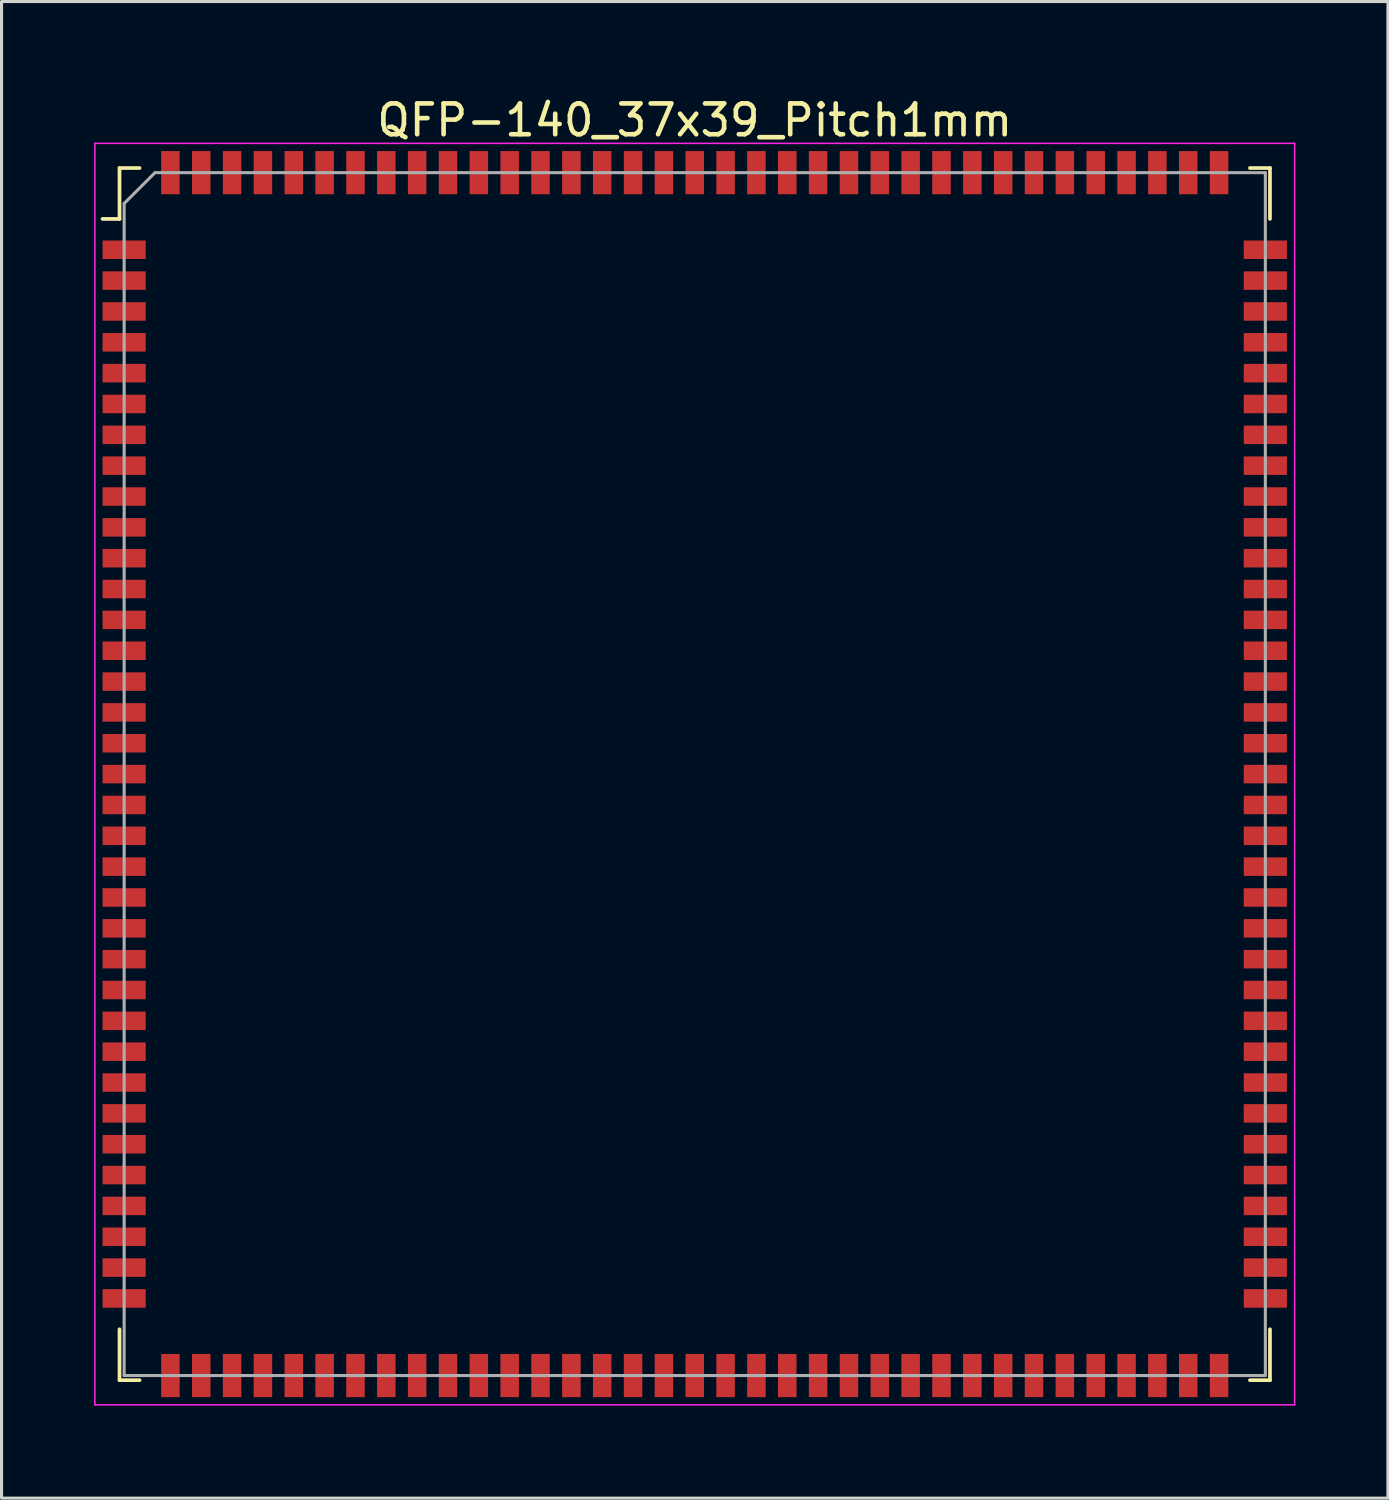
<source format=kicad_pcb>
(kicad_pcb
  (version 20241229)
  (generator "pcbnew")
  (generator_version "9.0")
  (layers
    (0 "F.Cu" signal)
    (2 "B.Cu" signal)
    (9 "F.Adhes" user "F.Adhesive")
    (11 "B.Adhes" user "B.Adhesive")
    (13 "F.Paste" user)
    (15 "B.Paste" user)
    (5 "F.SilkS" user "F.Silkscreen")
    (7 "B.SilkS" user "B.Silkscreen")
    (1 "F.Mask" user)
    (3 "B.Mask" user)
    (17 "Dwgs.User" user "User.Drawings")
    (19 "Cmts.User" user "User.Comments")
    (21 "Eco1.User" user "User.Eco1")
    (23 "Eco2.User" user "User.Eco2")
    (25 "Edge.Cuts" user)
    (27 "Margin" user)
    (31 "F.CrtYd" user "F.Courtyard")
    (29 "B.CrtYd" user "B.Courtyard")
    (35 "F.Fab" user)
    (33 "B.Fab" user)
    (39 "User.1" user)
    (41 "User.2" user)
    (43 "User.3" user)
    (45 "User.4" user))
  (footprint "QFP-140_37x39_Pitch1mm"
    (layer "F.Cu")
    (at 19.475 22.048)
    (property "Reference" "QFP-140_37x39_Pitch1mm" (at 0 -21.2 0) (layer "F.SilkS") (effects (font (size 1 1) (thickness 0.15))))
    (attr smd)
    (fp_line (start -18.65 -19.65) (end -18.65 -18) (stroke (width 0.12) (type solid)) (layer "F.SilkS"))
    (fp_line (start -18.65 -18) (end -19.2 -18) (stroke (width 0.12) (type solid)) (layer "F.SilkS"))
    (fp_line (start -18.65 19.65) (end -18.65 18) (stroke (width 0.12) (type solid)) (layer "F.SilkS"))
    (fp_line (start -18 -19.65) (end -18.65 -19.65) (stroke (width 0.12) (type solid)) (layer "F.SilkS"))
    (fp_line (start -18 19.65) (end -18.65 19.65) (stroke (width 0.12) (type solid)) (layer "F.SilkS"))
    (fp_line (start 18 -19.65) (end 18.65 -19.65) (stroke (width 0.12) (type solid)) (layer "F.SilkS"))
    (fp_line (start 18 19.65) (end 18.65 19.65) (stroke (width 0.12) (type solid)) (layer "F.SilkS"))
    (fp_line (start 18.65 -19.65) (end 18.65 -18) (stroke (width 0.12) (type solid)) (layer "F.SilkS"))
    (fp_line (start 18.65 19.65) (end 18.65 18) (stroke (width 0.12) (type solid)) (layer "F.SilkS"))
    (fp_line (start -19.45 -20.45) (end 19.45 -20.45) (stroke (width 0.05) (type solid)) (layer "F.CrtYd"))
    (fp_line (start -19.45 20.45) (end -19.45 -20.45) (stroke (width 0.05) (type solid)) (layer "F.CrtYd"))
    (fp_line (start 19.45 -20.45) (end 19.45 20.45) (stroke (width 0.05) (type solid)) (layer "F.CrtYd"))
    (fp_line (start 19.45 20.45) (end -19.45 20.45) (stroke (width 0.05) (type solid)) (layer "F.CrtYd"))
    (fp_line (start -18.5 -18.5) (end -18.5 19.5) (stroke (width 0.1) (type solid)) (layer "F.Fab"))
    (fp_line (start -18.5 19.5) (end 18.5 19.5) (stroke (width 0.1) (type solid)) (layer "F.Fab"))
    (fp_line (start -17.5 -19.5) (end -18.5 -18.5) (stroke (width 0.1) (type solid)) (layer "F.Fab"))
    (fp_line (start 18.5 -19.5) (end -17.5 -19.5) (stroke (width 0.1) (type solid)) (layer "F.Fab"))
    (fp_line (start 18.5 19.5) (end 18.5 -19.5) (stroke (width 0.1) (type solid)) (layer "F.Fab"))
    (pad "1" smd rect (at -18.5 -17 90) (size 0.6 1.4) (layers "F.Cu" "F.Mask" "F.Paste"))
    (pad "2" smd rect (at -18.5 -16 90) (size 0.6 1.4) (layers "F.Cu" "F.Mask" "F.Paste"))
    (pad "3" smd rect (at -18.5 -15 90) (size 0.6 1.4) (layers "F.Cu" "F.Mask" "F.Paste"))
    (pad "4" smd rect (at -18.5 -14 90) (size 0.6 1.4) (layers "F.Cu" "F.Mask" "F.Paste"))
    (pad "5" smd rect (at -18.5 -13 90) (size 0.6 1.4) (layers "F.Cu" "F.Mask" "F.Paste"))
    (pad "6" smd rect (at -18.5 -12 90) (size 0.6 1.4) (layers "F.Cu" "F.Mask" "F.Paste"))
    (pad "7" smd rect (at -18.5 -11 90) (size 0.6 1.4) (layers "F.Cu" "F.Mask" "F.Paste"))
    (pad "8" smd rect (at -18.5 -10 90) (size 0.6 1.4) (layers "F.Cu" "F.Mask" "F.Paste"))
    (pad "9" smd rect (at -18.5 -9 90) (size 0.6 1.4) (layers "F.Cu" "F.Mask" "F.Paste"))
    (pad "10" smd rect (at -18.5 -8 90) (size 0.6 1.4) (layers "F.Cu" "F.Mask" "F.Paste"))
    (pad "11" smd rect (at -18.5 -7 90) (size 0.6 1.4) (layers "F.Cu" "F.Mask" "F.Paste"))
    (pad "12" smd rect (at -18.5 -6 90) (size 0.6 1.4) (layers "F.Cu" "F.Mask" "F.Paste"))
    (pad "13" smd rect (at -18.5 -5 90) (size 0.6 1.4) (layers "F.Cu" "F.Mask" "F.Paste"))
    (pad "14" smd rect (at -18.5 -4 90) (size 0.6 1.4) (layers "F.Cu" "F.Mask" "F.Paste"))
    (pad "15" smd rect (at -18.5 -3 90) (size 0.6 1.4) (layers "F.Cu" "F.Mask" "F.Paste"))
    (pad "16" smd rect (at -18.5 -2 90) (size 0.6 1.4) (layers "F.Cu" "F.Mask" "F.Paste"))
    (pad "17" smd rect (at -18.5 -1 90) (size 0.6 1.4) (layers "F.Cu" "F.Mask" "F.Paste"))
    (pad "18" smd rect (at -18.5 0 90) (size 0.6 1.4) (layers "F.Cu" "F.Mask" "F.Paste"))
    (pad "19" smd rect (at -18.5 1 90) (size 0.6 1.4) (layers "F.Cu" "F.Mask" "F.Paste"))
    (pad "20" smd rect (at -18.5 2 90) (size 0.6 1.4) (layers "F.Cu" "F.Mask" "F.Paste"))
    (pad "21" smd rect (at -18.5 3 90) (size 0.6 1.4) (layers "F.Cu" "F.Mask" "F.Paste"))
    (pad "22" smd rect (at -18.5 4 90) (size 0.6 1.4) (layers "F.Cu" "F.Mask" "F.Paste"))
    (pad "23" smd rect (at -18.5 5 90) (size 0.6 1.4) (layers "F.Cu" "F.Mask" "F.Paste"))
    (pad "24" smd rect (at -18.5 6 90) (size 0.6 1.4) (layers "F.Cu" "F.Mask" "F.Paste"))
    (pad "25" smd rect (at -18.5 7 90) (size 0.6 1.4) (layers "F.Cu" "F.Mask" "F.Paste"))
    (pad "26" smd rect (at -18.5 8 90) (size 0.6 1.4) (layers "F.Cu" "F.Mask" "F.Paste"))
    (pad "27" smd rect (at -18.5 9 90) (size 0.6 1.4) (layers "F.Cu" "F.Mask" "F.Paste"))
    (pad "28" smd rect (at -18.5 10 90) (size 0.6 1.4) (layers "F.Cu" "F.Mask" "F.Paste"))
    (pad "29" smd rect (at -18.5 11 90) (size 0.6 1.4) (layers "F.Cu" "F.Mask" "F.Paste"))
    (pad "30" smd rect (at -18.5 12 90) (size 0.6 1.4) (layers "F.Cu" "F.Mask" "F.Paste"))
    (pad "31" smd rect (at -18.5 13 90) (size 0.6 1.4) (layers "F.Cu" "F.Mask" "F.Paste"))
    (pad "32" smd rect (at -18.5 14 90) (size 0.6 1.4) (layers "F.Cu" "F.Mask" "F.Paste"))
    (pad "33" smd rect (at -18.5 15 90) (size 0.6 1.4) (layers "F.Cu" "F.Mask" "F.Paste"))
    (pad "34" smd rect (at -18.5 16 90) (size 0.6 1.4) (layers "F.Cu" "F.Mask" "F.Paste"))
    (pad "35" smd rect (at -18.5 17 90) (size 0.6 1.4) (layers "F.Cu" "F.Mask" "F.Paste"))
    (pad "36" smd rect (at -17 19.5) (size 0.6 1.4) (layers "F.Cu" "F.Mask" "F.Paste"))
    (pad "37" smd rect (at -16 19.5) (size 0.6 1.4) (layers "F.Cu" "F.Mask" "F.Paste"))
    (pad "38" smd rect (at -15 19.5) (size 0.6 1.4) (layers "F.Cu" "F.Mask" "F.Paste"))
    (pad "39" smd rect (at -14 19.5) (size 0.6 1.4) (layers "F.Cu" "F.Mask" "F.Paste"))
    (pad "40" smd rect (at -13 19.5) (size 0.6 1.4) (layers "F.Cu" "F.Mask" "F.Paste"))
    (pad "41" smd rect (at -12 19.5) (size 0.6 1.4) (layers "F.Cu" "F.Mask" "F.Paste"))
    (pad "42" smd rect (at -11 19.5) (size 0.6 1.4) (layers "F.Cu" "F.Mask" "F.Paste"))
    (pad "43" smd rect (at -10 19.5) (size 0.6 1.4) (layers "F.Cu" "F.Mask" "F.Paste"))
    (pad "44" smd rect (at -9 19.5) (size 0.6 1.4) (layers "F.Cu" "F.Mask" "F.Paste"))
    (pad "45" smd rect (at -8 19.5) (size 0.6 1.4) (layers "F.Cu" "F.Mask" "F.Paste"))
    (pad "46" smd rect (at -7 19.5) (size 0.6 1.4) (layers "F.Cu" "F.Mask" "F.Paste"))
    (pad "47" smd rect (at -6 19.5) (size 0.6 1.4) (layers "F.Cu" "F.Mask" "F.Paste"))
    (pad "48" smd rect (at -5 19.5) (size 0.6 1.4) (layers "F.Cu" "F.Mask" "F.Paste"))
    (pad "49" smd rect (at -4 19.5) (size 0.6 1.4) (layers "F.Cu" "F.Mask" "F.Paste"))
    (pad "50" smd rect (at -3 19.5) (size 0.6 1.4) (layers "F.Cu" "F.Mask" "F.Paste"))
    (pad "51" smd rect (at -2 19.5) (size 0.6 1.4) (layers "F.Cu" "F.Mask" "F.Paste"))
    (pad "52" smd rect (at -1 19.5) (size 0.6 1.4) (layers "F.Cu" "F.Mask" "F.Paste"))
    (pad "53" smd rect (at 0 19.5) (size 0.6 1.4) (layers "F.Cu" "F.Mask" "F.Paste"))
    (pad "54" smd rect (at 1 19.5) (size 0.6 1.4) (layers "F.Cu" "F.Mask" "F.Paste"))
    (pad "55" smd rect (at 2 19.5) (size 0.6 1.4) (layers "F.Cu" "F.Mask" "F.Paste"))
    (pad "56" smd rect (at 3 19.5) (size 0.6 1.4) (layers "F.Cu" "F.Mask" "F.Paste"))
    (pad "57" smd rect (at 4 19.5) (size 0.6 1.4) (layers "F.Cu" "F.Mask" "F.Paste"))
    (pad "58" smd rect (at 5 19.5) (size 0.6 1.4) (layers "F.Cu" "F.Mask" "F.Paste"))
    (pad "59" smd rect (at 6 19.5) (size 0.6 1.4) (layers "F.Cu" "F.Mask" "F.Paste"))
    (pad "60" smd rect (at 7 19.5) (size 0.6 1.4) (layers "F.Cu" "F.Mask" "F.Paste"))
    (pad "61" smd rect (at 8 19.5) (size 0.6 1.4) (layers "F.Cu" "F.Mask" "F.Paste"))
    (pad "62" smd rect (at 9 19.5) (size 0.6 1.4) (layers "F.Cu" "F.Mask" "F.Paste"))
    (pad "63" smd rect (at 10 19.5) (size 0.6 1.4) (layers "F.Cu" "F.Mask" "F.Paste"))
    (pad "64" smd rect (at 11 19.5) (size 0.6 1.4) (layers "F.Cu" "F.Mask" "F.Paste"))
    (pad "65" smd rect (at 12 19.5) (size 0.6 1.4) (layers "F.Cu" "F.Mask" "F.Paste"))
    (pad "66" smd rect (at 13 19.5) (size 0.6 1.4) (layers "F.Cu" "F.Mask" "F.Paste"))
    (pad "67" smd rect (at 14 19.5) (size 0.6 1.4) (layers "F.Cu" "F.Mask" "F.Paste"))
    (pad "68" smd rect (at 15 19.5) (size 0.6 1.4) (layers "F.Cu" "F.Mask" "F.Paste"))
    (pad "69" smd rect (at 16 19.5) (size 0.6 1.4) (layers "F.Cu" "F.Mask" "F.Paste"))
    (pad "70" smd rect (at 17 19.5) (size 0.6 1.4) (layers "F.Cu" "F.Mask" "F.Paste"))
    (pad "71" smd rect (at 18.5 17 90) (size 0.6 1.4) (layers "F.Cu" "F.Mask" "F.Paste"))
    (pad "72" smd rect (at 18.5 16 90) (size 0.6 1.4) (layers "F.Cu" "F.Mask" "F.Paste"))
    (pad "73" smd rect (at 18.5 15 90) (size 0.6 1.4) (layers "F.Cu" "F.Mask" "F.Paste"))
    (pad "74" smd rect (at 18.5 14 90) (size 0.6 1.4) (layers "F.Cu" "F.Mask" "F.Paste"))
    (pad "75" smd rect (at 18.5 13 90) (size 0.6 1.4) (layers "F.Cu" "F.Mask" "F.Paste"))
    (pad "76" smd rect (at 18.5 12 90) (size 0.6 1.4) (layers "F.Cu" "F.Mask" "F.Paste"))
    (pad "77" smd rect (at 18.5 11 90) (size 0.6 1.4) (layers "F.Cu" "F.Mask" "F.Paste"))
    (pad "78" smd rect (at 18.5 10 90) (size 0.6 1.4) (layers "F.Cu" "F.Mask" "F.Paste"))
    (pad "79" smd rect (at 18.5 9 90) (size 0.6 1.4) (layers "F.Cu" "F.Mask" "F.Paste"))
    (pad "80" smd rect (at 18.5 8 90) (size 0.6 1.4) (layers "F.Cu" "F.Mask" "F.Paste"))
    (pad "81" smd rect (at 18.5 7 90) (size 0.6 1.4) (layers "F.Cu" "F.Mask" "F.Paste"))
    (pad "82" smd rect (at 18.5 6 90) (size 0.6 1.4) (layers "F.Cu" "F.Mask" "F.Paste"))
    (pad "83" smd rect (at 18.5 5 90) (size 0.6 1.4) (layers "F.Cu" "F.Mask" "F.Paste"))
    (pad "84" smd rect (at 18.5 4 90) (size 0.6 1.4) (layers "F.Cu" "F.Mask" "F.Paste"))
    (pad "85" smd rect (at 18.5 3 90) (size 0.6 1.4) (layers "F.Cu" "F.Mask" "F.Paste"))
    (pad "86" smd rect (at 18.5 2 90) (size 0.6 1.4) (layers "F.Cu" "F.Mask" "F.Paste"))
    (pad "87" smd rect (at 18.5 1 90) (size 0.6 1.4) (layers "F.Cu" "F.Mask" "F.Paste"))
    (pad "88" smd rect (at 18.5 0 90) (size 0.6 1.4) (layers "F.Cu" "F.Mask" "F.Paste"))
    (pad "89" smd rect (at 18.5 -1 90) (size 0.6 1.4) (layers "F.Cu" "F.Mask" "F.Paste"))
    (pad "90" smd rect (at 18.5 -2 90) (size 0.6 1.4) (layers "F.Cu" "F.Mask" "F.Paste"))
    (pad "91" smd rect (at 18.5 -3 90) (size 0.6 1.4) (layers "F.Cu" "F.Mask" "F.Paste"))
    (pad "92" smd rect (at 18.5 -4 90) (size 0.6 1.4) (layers "F.Cu" "F.Mask" "F.Paste"))
    (pad "93" smd rect (at 18.5 -5 90) (size 0.6 1.4) (layers "F.Cu" "F.Mask" "F.Paste"))
    (pad "94" smd rect (at 18.5 -6 90) (size 0.6 1.4) (layers "F.Cu" "F.Mask" "F.Paste"))
    (pad "95" smd rect (at 18.5 -7 90) (size 0.6 1.4) (layers "F.Cu" "F.Mask" "F.Paste"))
    (pad "96" smd rect (at 18.5 -8 90) (size 0.6 1.4) (layers "F.Cu" "F.Mask" "F.Paste"))
    (pad "97" smd rect (at 18.5 -9 90) (size 0.6 1.4) (layers "F.Cu" "F.Mask" "F.Paste"))
    (pad "98" smd rect (at 18.5 -10 90) (size 0.6 1.4) (layers "F.Cu" "F.Mask" "F.Paste"))
    (pad "99" smd rect (at 18.5 -11 90) (size 0.6 1.4) (layers "F.Cu" "F.Mask" "F.Paste"))
    (pad "100" smd rect (at 18.5 -12 90) (size 0.6 1.4) (layers "F.Cu" "F.Mask" "F.Paste"))
    (pad "101" smd rect (at 18.5 -13 90) (size 0.6 1.4) (layers "F.Cu" "F.Mask" "F.Paste"))
    (pad "102" smd rect (at 18.5 -14 90) (size 0.6 1.4) (layers "F.Cu" "F.Mask" "F.Paste"))
    (pad "103" smd rect (at 18.5 -15 90) (size 0.6 1.4) (layers "F.Cu" "F.Mask" "F.Paste"))
    (pad "104" smd rect (at 18.5 -16 90) (size 0.6 1.4) (layers "F.Cu" "F.Mask" "F.Paste"))
    (pad "105" smd rect (at 18.5 -17 90) (size 0.6 1.4) (layers "F.Cu" "F.Mask" "F.Paste"))
    (pad "106" smd rect (at 17 -19.5) (size 0.6 1.4) (layers "F.Cu" "F.Mask" "F.Paste"))
    (pad "107" smd rect (at 16 -19.5) (size 0.6 1.4) (layers "F.Cu" "F.Mask" "F.Paste"))
    (pad "108" smd rect (at 15 -19.5) (size 0.6 1.4) (layers "F.Cu" "F.Mask" "F.Paste"))
    (pad "109" smd rect (at 14 -19.5) (size 0.6 1.4) (layers "F.Cu" "F.Mask" "F.Paste"))
    (pad "110" smd rect (at 13 -19.5) (size 0.6 1.4) (layers "F.Cu" "F.Mask" "F.Paste"))
    (pad "111" smd rect (at 12 -19.5) (size 0.6 1.4) (layers "F.Cu" "F.Mask" "F.Paste"))
    (pad "112" smd rect (at 11 -19.5) (size 0.6 1.4) (layers "F.Cu" "F.Mask" "F.Paste"))
    (pad "113" smd rect (at 10 -19.5) (size 0.6 1.4) (layers "F.Cu" "F.Mask" "F.Paste"))
    (pad "114" smd rect (at 9 -19.5) (size 0.6 1.4) (layers "F.Cu" "F.Mask" "F.Paste"))
    (pad "115" smd rect (at 8 -19.5) (size 0.6 1.4) (layers "F.Cu" "F.Mask" "F.Paste"))
    (pad "116" smd rect (at 7 -19.5) (size 0.6 1.4) (layers "F.Cu" "F.Mask" "F.Paste"))
    (pad "117" smd rect (at 6 -19.5) (size 0.6 1.4) (layers "F.Cu" "F.Mask" "F.Paste"))
    (pad "118" smd rect (at 5 -19.5) (size 0.6 1.4) (layers "F.Cu" "F.Mask" "F.Paste"))
    (pad "119" smd rect (at 4 -19.5) (size 0.6 1.4) (layers "F.Cu" "F.Mask" "F.Paste"))
    (pad "120" smd rect (at 3 -19.5) (size 0.6 1.4) (layers "F.Cu" "F.Mask" "F.Paste"))
    (pad "121" smd rect (at 2 -19.5) (size 0.6 1.4) (layers "F.Cu" "F.Mask" "F.Paste"))
    (pad "122" smd rect (at 1 -19.5) (size 0.6 1.4) (layers "F.Cu" "F.Mask" "F.Paste"))
    (pad "123" smd rect (at 0 -19.5) (size 0.6 1.4) (layers "F.Cu" "F.Mask" "F.Paste"))
    (pad "124" smd rect (at -1 -19.5) (size 0.6 1.4) (layers "F.Cu" "F.Mask" "F.Paste"))
    (pad "125" smd rect (at -2 -19.5) (size 0.6 1.4) (layers "F.Cu" "F.Mask" "F.Paste"))
    (pad "126" smd rect (at -3 -19.5) (size 0.6 1.4) (layers "F.Cu" "F.Mask" "F.Paste"))
    (pad "127" smd rect (at -4 -19.5) (size 0.6 1.4) (layers "F.Cu" "F.Mask" "F.Paste"))
    (pad "128" smd rect (at -5 -19.5) (size 0.6 1.4) (layers "F.Cu" "F.Mask" "F.Paste"))
    (pad "129" smd rect (at -6 -19.5) (size 0.6 1.4) (layers "F.Cu" "F.Mask" "F.Paste"))
    (pad "130" smd rect (at -7 -19.5) (size 0.6 1.4) (layers "F.Cu" "F.Mask" "F.Paste"))
    (pad "131" smd rect (at -8 -19.5) (size 0.6 1.4) (layers "F.Cu" "F.Mask" "F.Paste"))
    (pad "132" smd rect (at -9 -19.5) (size 0.6 1.4) (layers "F.Cu" "F.Mask" "F.Paste"))
    (pad "133" smd rect (at -10 -19.5) (size 0.6 1.4) (layers "F.Cu" "F.Mask" "F.Paste"))
    (pad "134" smd rect (at -11 -19.5) (size 0.6 1.4) (layers "F.Cu" "F.Mask" "F.Paste"))
    (pad "135" smd rect (at -12 -19.5) (size 0.6 1.4) (layers "F.Cu" "F.Mask" "F.Paste"))
    (pad "136" smd rect (at -13 -19.5) (size 0.6 1.4) (layers "F.Cu" "F.Mask" "F.Paste"))
    (pad "137" smd rect (at -14 -19.5) (size 0.6 1.4) (layers "F.Cu" "F.Mask" "F.Paste"))
    (pad "138" smd rect (at -15 -19.5) (size 0.6 1.4) (layers "F.Cu" "F.Mask" "F.Paste"))
    (pad "139" smd rect (at -16 -19.5) (size 0.6 1.4) (layers "F.Cu" "F.Mask" "F.Paste"))
    (pad "140" smd rect (at -17 -19.5) (size 0.6 1.4) (layers "F.Cu" "F.Mask" "F.Paste")))
  (gr_rect
    (start -3 -3)
    (end 41.95 45.523)
    (stroke (width 0.1) (type default))
    (fill no)
    (layer "Edge.Cuts")))
</source>
